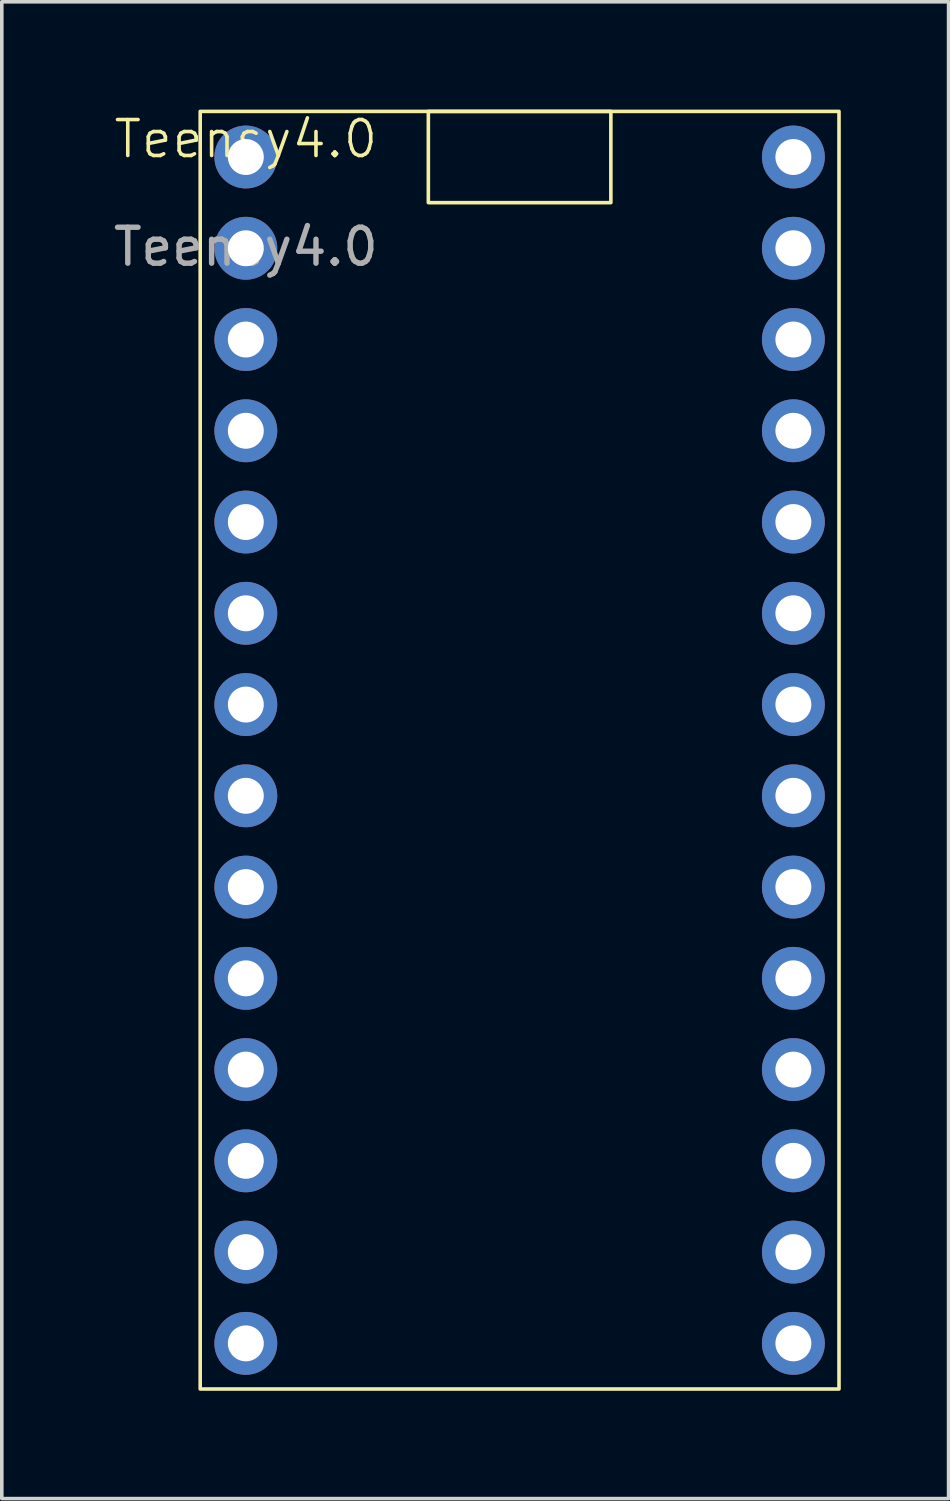
<source format=kicad_pcb>
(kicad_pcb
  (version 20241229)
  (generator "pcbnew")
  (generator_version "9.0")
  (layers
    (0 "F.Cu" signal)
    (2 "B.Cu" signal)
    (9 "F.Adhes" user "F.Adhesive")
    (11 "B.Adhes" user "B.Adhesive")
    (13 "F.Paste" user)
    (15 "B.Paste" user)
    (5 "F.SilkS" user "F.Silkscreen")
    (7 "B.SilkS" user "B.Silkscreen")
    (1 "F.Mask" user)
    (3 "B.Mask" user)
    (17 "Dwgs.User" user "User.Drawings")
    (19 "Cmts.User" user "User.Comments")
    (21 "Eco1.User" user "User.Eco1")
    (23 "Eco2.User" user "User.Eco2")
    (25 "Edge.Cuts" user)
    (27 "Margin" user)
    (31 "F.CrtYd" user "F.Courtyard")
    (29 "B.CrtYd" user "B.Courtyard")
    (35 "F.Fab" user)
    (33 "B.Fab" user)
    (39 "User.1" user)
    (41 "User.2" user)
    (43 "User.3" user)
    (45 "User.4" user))
  (footprint "Teensy4.0"
    (layer "F.Cu")
    (at 3.792 1.32)
    (property "Reference" "Teensy4.0" (at 0 -0.5 0) (unlocked yes) (layer "F.SilkS") (effects (font (size 1 1) (thickness 0.1))))
    (attr through_hole)
    (fp_rect (start -1.27 -1.27) (end 16.51 34.29) (stroke (width 0.1) (type default)) (fill no) (layer "F.SilkS"))
    (fp_rect (start 5.08 -1.27) (end 10.16 1.27) (stroke (width 0.1) (type default)) (fill no) (layer "F.SilkS"))
    (fp_text user "${REFERENCE}" (at 0 2.5 0) (unlocked yes) (layer "F.Fab") (effects (font (size 1 1) (thickness 0.15))))
    (pad "1" thru_hole circle (at 0 0) (size 1.75 1.75) (drill 1) (layers "*.Cu" "*.Mask"))
    (pad "2" thru_hole circle (at 0 2.54) (size 1.75 1.75) (drill 1) (layers "*.Cu" "*.Mask"))
    (pad "3" thru_hole circle (at 0 5.08) (size 1.75 1.75) (drill 1) (layers "*.Cu" "*.Mask"))
    (pad "4" thru_hole circle (at 0 7.62) (size 1.75 1.75) (drill 1) (layers "*.Cu" "*.Mask"))
    (pad "5" thru_hole circle (at 0 10.16) (size 1.75 1.75) (drill 1) (layers "*.Cu" "*.Mask"))
    (pad "6" thru_hole circle (at 0 12.7) (size 1.75 1.75) (drill 1) (layers "*.Cu" "*.Mask"))
    (pad "7" thru_hole circle (at 0 15.24) (size 1.75 1.75) (drill 1) (layers "*.Cu" "*.Mask"))
    (pad "8" thru_hole circle (at 0 17.78) (size 1.75 1.75) (drill 1) (layers "*.Cu" "*.Mask"))
    (pad "9" thru_hole circle (at 0 20.32) (size 1.75 1.75) (drill 1) (layers "*.Cu" "*.Mask"))
    (pad "10" thru_hole circle (at 0 22.86) (size 1.75 1.75) (drill 1) (layers "*.Cu" "*.Mask"))
    (pad "11" thru_hole circle (at 0 25.4) (size 1.75 1.75) (drill 1) (layers "*.Cu" "*.Mask"))
    (pad "12" thru_hole circle (at 0 27.94) (size 1.75 1.75) (drill 1) (layers "*.Cu" "*.Mask"))
    (pad "13" thru_hole circle (at 0 30.48) (size 1.75 1.75) (drill 1) (layers "*.Cu" "*.Mask"))
    (pad "14" thru_hole circle (at 0 33.02) (size 1.75 1.75) (drill 1) (layers "*.Cu" "*.Mask"))
    (pad "15" thru_hole circle (at 15.24 33.02) (size 1.75 1.75) (drill 1) (layers "*.Cu" "*.Mask"))
    (pad "16" thru_hole circle (at 15.24 30.48) (size 1.75 1.75) (drill 1) (layers "*.Cu" "*.Mask"))
    (pad "17" thru_hole circle (at 15.24 27.94) (size 1.75 1.75) (drill 1) (layers "*.Cu" "*.Mask"))
    (pad "18" thru_hole circle (at 15.24 25.4) (size 1.75 1.75) (drill 1) (layers "*.Cu" "*.Mask"))
    (pad "19" thru_hole circle (at 15.24 22.86) (size 1.75 1.75) (drill 1) (layers "*.Cu" "*.Mask"))
    (pad "20" thru_hole circle (at 15.24 20.32) (size 1.75 1.75) (drill 1) (layers "*.Cu" "*.Mask"))
    (pad "21" thru_hole circle (at 15.24 17.78) (size 1.75 1.75) (drill 1) (layers "*.Cu" "*.Mask"))
    (pad "22" thru_hole circle (at 15.24 15.24) (size 1.75 1.75) (drill 1) (layers "*.Cu" "*.Mask"))
    (pad "23" thru_hole circle (at 15.24 12.7) (size 1.75 1.75) (drill 1) (layers "*.Cu" "*.Mask"))
    (pad "24" thru_hole circle (at 15.24 10.16) (size 1.75 1.75) (drill 1) (layers "*.Cu" "*.Mask"))
    (pad "25" thru_hole circle (at 15.24 7.62) (size 1.75 1.75) (drill 1) (layers "*.Cu" "*.Mask"))
    (pad "26" thru_hole circle (at 15.24 5.08) (size 1.75 1.75) (drill 1) (layers "*.Cu" "*.Mask"))
    (pad "27" thru_hole circle (at 15.24 2.54) (size 1.75 1.75) (drill 1) (layers "*.Cu" "*.Mask"))
    (pad "28" thru_hole circle (at 15.24 0) (size 1.75 1.75) (drill 1) (layers "*.Cu" "*.Mask")))
  (gr_rect
    (start -3 -3)
    (end 23.352 38.66)
    (stroke (width 0.1) (type default))
    (fill no)
    (layer "Edge.Cuts")))
</source>
